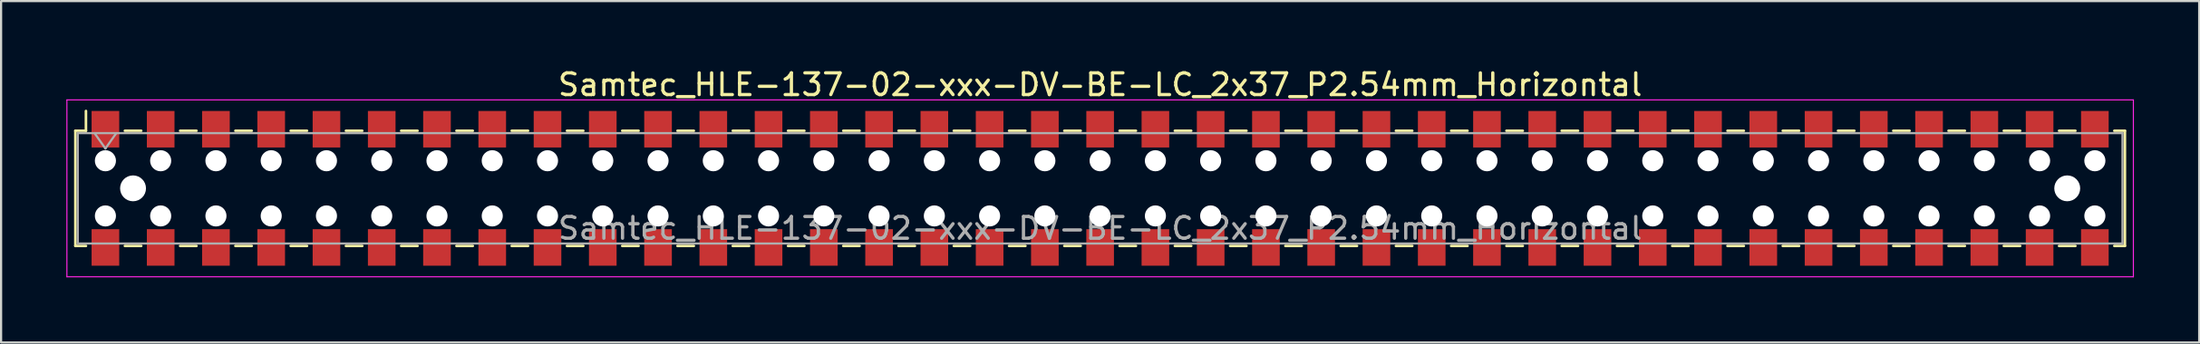
<source format=kicad_pcb>
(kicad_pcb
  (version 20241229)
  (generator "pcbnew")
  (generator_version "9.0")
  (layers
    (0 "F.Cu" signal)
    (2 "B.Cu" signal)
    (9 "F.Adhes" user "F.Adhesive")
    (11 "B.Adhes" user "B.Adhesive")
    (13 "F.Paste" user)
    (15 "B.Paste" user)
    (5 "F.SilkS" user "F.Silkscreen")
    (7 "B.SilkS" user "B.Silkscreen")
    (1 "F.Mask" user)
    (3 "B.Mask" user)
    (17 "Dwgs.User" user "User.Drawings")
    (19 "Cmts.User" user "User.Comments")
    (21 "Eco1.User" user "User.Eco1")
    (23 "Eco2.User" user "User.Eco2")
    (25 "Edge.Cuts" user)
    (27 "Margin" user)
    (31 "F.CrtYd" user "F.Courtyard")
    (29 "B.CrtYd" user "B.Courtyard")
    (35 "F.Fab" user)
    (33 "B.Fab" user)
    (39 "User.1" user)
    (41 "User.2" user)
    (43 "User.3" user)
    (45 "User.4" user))
  (footprint "Samtec_HLE-137-02-xxx-DV-BE-LC_2x37_P2.54mm_Horizontal"
    (layer "F.Cu")
    (at 47.515 5.618)
    (property "Reference" "Samtec_HLE-137-02-xxx-DV-BE-LC_2x37_P2.54mm_Horizontal" (at 0 -4.77 0) (layer "F.SilkS") (effects (font (size 1 1) (thickness 0.15))))
    (attr smd)
    (fp_line (start -47.1 -2.65) (end -47.1 2.65) (stroke (width 0.12) (type solid)) (layer "F.SilkS"))
    (fp_line (start -47.1 2.65) (end -46.615 2.65) (stroke (width 0.12) (type solid)) (layer "F.SilkS"))
    (fp_line (start -46.615 -3.56) (end -46.615 -2.65) (stroke (width 0.12) (type solid)) (layer "F.SilkS"))
    (fp_line (start -46.615 -2.65) (end -47.1 -2.65) (stroke (width 0.12) (type solid)) (layer "F.SilkS"))
    (fp_line (start -44.825 -2.65) (end -44.075 -2.65) (stroke (width 0.12) (type solid)) (layer "F.SilkS"))
    (fp_line (start -44.825 2.65) (end -44.075 2.65) (stroke (width 0.12) (type solid)) (layer "F.SilkS"))
    (fp_line (start -42.285 -2.65) (end -41.535 -2.65) (stroke (width 0.12) (type solid)) (layer "F.SilkS"))
    (fp_line (start -42.285 2.65) (end -41.535 2.65) (stroke (width 0.12) (type solid)) (layer "F.SilkS"))
    (fp_line (start -39.745 -2.65) (end -38.995 -2.65) (stroke (width 0.12) (type solid)) (layer "F.SilkS"))
    (fp_line (start -39.745 2.65) (end -38.995 2.65) (stroke (width 0.12) (type solid)) (layer "F.SilkS"))
    (fp_line (start -37.205 -2.65) (end -36.455 -2.65) (stroke (width 0.12) (type solid)) (layer "F.SilkS"))
    (fp_line (start -37.205 2.65) (end -36.455 2.65) (stroke (width 0.12) (type solid)) (layer "F.SilkS"))
    (fp_line (start -34.665 -2.65) (end -33.915 -2.65) (stroke (width 0.12) (type solid)) (layer "F.SilkS"))
    (fp_line (start -34.665 2.65) (end -33.915 2.65) (stroke (width 0.12) (type solid)) (layer "F.SilkS"))
    (fp_line (start -32.125 -2.65) (end -31.375 -2.65) (stroke (width 0.12) (type solid)) (layer "F.SilkS"))
    (fp_line (start -32.125 2.65) (end -31.375 2.65) (stroke (width 0.12) (type solid)) (layer "F.SilkS"))
    (fp_line (start -29.585 -2.65) (end -28.835 -2.65) (stroke (width 0.12) (type solid)) (layer "F.SilkS"))
    (fp_line (start -29.585 2.65) (end -28.835 2.65) (stroke (width 0.12) (type solid)) (layer "F.SilkS"))
    (fp_line (start -27.045 -2.65) (end -26.295 -2.65) (stroke (width 0.12) (type solid)) (layer "F.SilkS"))
    (fp_line (start -27.045 2.65) (end -26.295 2.65) (stroke (width 0.12) (type solid)) (layer "F.SilkS"))
    (fp_line (start -24.505 -2.65) (end -23.755 -2.65) (stroke (width 0.12) (type solid)) (layer "F.SilkS"))
    (fp_line (start -24.505 2.65) (end -23.755 2.65) (stroke (width 0.12) (type solid)) (layer "F.SilkS"))
    (fp_line (start -21.965 -2.65) (end -21.215 -2.65) (stroke (width 0.12) (type solid)) (layer "F.SilkS"))
    (fp_line (start -21.965 2.65) (end -21.215 2.65) (stroke (width 0.12) (type solid)) (layer "F.SilkS"))
    (fp_line (start -19.425 -2.65) (end -18.675 -2.65) (stroke (width 0.12) (type solid)) (layer "F.SilkS"))
    (fp_line (start -19.425 2.65) (end -18.675 2.65) (stroke (width 0.12) (type solid)) (layer "F.SilkS"))
    (fp_line (start -16.885 -2.65) (end -16.135 -2.65) (stroke (width 0.12) (type solid)) (layer "F.SilkS"))
    (fp_line (start -16.885 2.65) (end -16.135 2.65) (stroke (width 0.12) (type solid)) (layer "F.SilkS"))
    (fp_line (start -14.345 -2.65) (end -13.595 -2.65) (stroke (width 0.12) (type solid)) (layer "F.SilkS"))
    (fp_line (start -14.345 2.65) (end -13.595 2.65) (stroke (width 0.12) (type solid)) (layer "F.SilkS"))
    (fp_line (start -11.805 -2.65) (end -11.055 -2.65) (stroke (width 0.12) (type solid)) (layer "F.SilkS"))
    (fp_line (start -11.805 2.65) (end -11.055 2.65) (stroke (width 0.12) (type solid)) (layer "F.SilkS"))
    (fp_line (start -9.265 -2.65) (end -8.515 -2.65) (stroke (width 0.12) (type solid)) (layer "F.SilkS"))
    (fp_line (start -9.265 2.65) (end -8.515 2.65) (stroke (width 0.12) (type solid)) (layer "F.SilkS"))
    (fp_line (start -6.725 -2.65) (end -5.975 -2.65) (stroke (width 0.12) (type solid)) (layer "F.SilkS"))
    (fp_line (start -6.725 2.65) (end -5.975 2.65) (stroke (width 0.12) (type solid)) (layer "F.SilkS"))
    (fp_line (start -4.185 -2.65) (end -3.435 -2.65) (stroke (width 0.12) (type solid)) (layer "F.SilkS"))
    (fp_line (start -4.185 2.65) (end -3.435 2.65) (stroke (width 0.12) (type solid)) (layer "F.SilkS"))
    (fp_line (start -1.645 -2.65) (end -0.895 -2.65) (stroke (width 0.12) (type solid)) (layer "F.SilkS"))
    (fp_line (start -1.645 2.65) (end -0.895 2.65) (stroke (width 0.12) (type solid)) (layer "F.SilkS"))
    (fp_line (start 0.895 -2.65) (end 1.645 -2.65) (stroke (width 0.12) (type solid)) (layer "F.SilkS"))
    (fp_line (start 0.895 2.65) (end 1.645 2.65) (stroke (width 0.12) (type solid)) (layer "F.SilkS"))
    (fp_line (start 3.435 -2.65) (end 4.185 -2.65) (stroke (width 0.12) (type solid)) (layer "F.SilkS"))
    (fp_line (start 3.435 2.65) (end 4.185 2.65) (stroke (width 0.12) (type solid)) (layer "F.SilkS"))
    (fp_line (start 5.975 -2.65) (end 6.725 -2.65) (stroke (width 0.12) (type solid)) (layer "F.SilkS"))
    (fp_line (start 5.975 2.65) (end 6.725 2.65) (stroke (width 0.12) (type solid)) (layer "F.SilkS"))
    (fp_line (start 8.515 -2.65) (end 9.265 -2.65) (stroke (width 0.12) (type solid)) (layer "F.SilkS"))
    (fp_line (start 8.515 2.65) (end 9.265 2.65) (stroke (width 0.12) (type solid)) (layer "F.SilkS"))
    (fp_line (start 11.055 -2.65) (end 11.805 -2.65) (stroke (width 0.12) (type solid)) (layer "F.SilkS"))
    (fp_line (start 11.055 2.65) (end 11.805 2.65) (stroke (width 0.12) (type solid)) (layer "F.SilkS"))
    (fp_line (start 13.595 -2.65) (end 14.345 -2.65) (stroke (width 0.12) (type solid)) (layer "F.SilkS"))
    (fp_line (start 13.595 2.65) (end 14.345 2.65) (stroke (width 0.12) (type solid)) (layer "F.SilkS"))
    (fp_line (start 16.135 -2.65) (end 16.885 -2.65) (stroke (width 0.12) (type solid)) (layer "F.SilkS"))
    (fp_line (start 16.135 2.65) (end 16.885 2.65) (stroke (width 0.12) (type solid)) (layer "F.SilkS"))
    (fp_line (start 18.675 -2.65) (end 19.425 -2.65) (stroke (width 0.12) (type solid)) (layer "F.SilkS"))
    (fp_line (start 18.675 2.65) (end 19.425 2.65) (stroke (width 0.12) (type solid)) (layer "F.SilkS"))
    (fp_line (start 21.215 -2.65) (end 21.965 -2.65) (stroke (width 0.12) (type solid)) (layer "F.SilkS"))
    (fp_line (start 21.215 2.65) (end 21.965 2.65) (stroke (width 0.12) (type solid)) (layer "F.SilkS"))
    (fp_line (start 23.755 -2.65) (end 24.505 -2.65) (stroke (width 0.12) (type solid)) (layer "F.SilkS"))
    (fp_line (start 23.755 2.65) (end 24.505 2.65) (stroke (width 0.12) (type solid)) (layer "F.SilkS"))
    (fp_line (start 26.295 -2.65) (end 27.045 -2.65) (stroke (width 0.12) (type solid)) (layer "F.SilkS"))
    (fp_line (start 26.295 2.65) (end 27.045 2.65) (stroke (width 0.12) (type solid)) (layer "F.SilkS"))
    (fp_line (start 28.835 -2.65) (end 29.585 -2.65) (stroke (width 0.12) (type solid)) (layer "F.SilkS"))
    (fp_line (start 28.835 2.65) (end 29.585 2.65) (stroke (width 0.12) (type solid)) (layer "F.SilkS"))
    (fp_line (start 31.375 -2.65) (end 32.125 -2.65) (stroke (width 0.12) (type solid)) (layer "F.SilkS"))
    (fp_line (start 31.375 2.65) (end 32.125 2.65) (stroke (width 0.12) (type solid)) (layer "F.SilkS"))
    (fp_line (start 33.915 -2.65) (end 34.665 -2.65) (stroke (width 0.12) (type solid)) (layer "F.SilkS"))
    (fp_line (start 33.915 2.65) (end 34.665 2.65) (stroke (width 0.12) (type solid)) (layer "F.SilkS"))
    (fp_line (start 36.455 -2.65) (end 37.205 -2.65) (stroke (width 0.12) (type solid)) (layer "F.SilkS"))
    (fp_line (start 36.455 2.65) (end 37.205 2.65) (stroke (width 0.12) (type solid)) (layer "F.SilkS"))
    (fp_line (start 38.995 -2.65) (end 39.745 -2.65) (stroke (width 0.12) (type solid)) (layer "F.SilkS"))
    (fp_line (start 38.995 2.65) (end 39.745 2.65) (stroke (width 0.12) (type solid)) (layer "F.SilkS"))
    (fp_line (start 41.535 -2.65) (end 42.285 -2.65) (stroke (width 0.12) (type solid)) (layer "F.SilkS"))
    (fp_line (start 41.535 2.65) (end 42.285 2.65) (stroke (width 0.12) (type solid)) (layer "F.SilkS"))
    (fp_line (start 44.075 -2.65) (end 44.825 -2.65) (stroke (width 0.12) (type solid)) (layer "F.SilkS"))
    (fp_line (start 44.075 2.65) (end 44.825 2.65) (stroke (width 0.12) (type solid)) (layer "F.SilkS"))
    (fp_line (start 46.615 -2.65) (end 47.1 -2.65) (stroke (width 0.12) (type solid)) (layer "F.SilkS"))
    (fp_line (start 47.1 -2.65) (end 47.1 2.65) (stroke (width 0.12) (type solid)) (layer "F.SilkS"))
    (fp_line (start 47.1 2.65) (end 46.615 2.65) (stroke (width 0.12) (type solid)) (layer "F.SilkS"))
    (fp_line (start -47.49 -4.07) (end 47.49 -4.07) (stroke (width 0.05) (type solid)) (layer "F.CrtYd"))
    (fp_line (start -47.49 4.07) (end -47.49 -4.07) (stroke (width 0.05) (type solid)) (layer "F.CrtYd"))
    (fp_line (start 47.49 -4.07) (end 47.49 4.07) (stroke (width 0.05) (type solid)) (layer "F.CrtYd"))
    (fp_line (start 47.49 4.07) (end -47.49 4.07) (stroke (width 0.05) (type solid)) (layer "F.CrtYd"))
    (fp_line (start -46.99 -2.54) (end 46.99 -2.54) (stroke (width 0.1) (type solid)) (layer "F.Fab"))
    (fp_line (start -46.99 2.54) (end -46.99 -2.54) (stroke (width 0.1) (type solid)) (layer "F.Fab"))
    (fp_line (start -46.22 -2.54) (end -45.72 -1.833) (stroke (width 0.1) (type solid)) (layer "F.Fab"))
    (fp_line (start -45.72 -1.833) (end -45.22 -2.54) (stroke (width 0.1) (type solid)) (layer "F.Fab"))
    (fp_line (start 46.99 -2.54) (end 46.99 2.54) (stroke (width 0.1) (type solid)) (layer "F.Fab"))
    (fp_line (start 46.99 2.54) (end -46.99 2.54) (stroke (width 0.1) (type solid)) (layer "F.Fab"))
    (fp_text user "${REFERENCE}" (at 0 1.84 0) (layer "F.Fab") (effects (font (size 1 1) (thickness 0.15))))
    (pad "" np_thru_hole circle (at -45.72 -1.27) (size 0.97 0.97) (drill 0.97) (layers "*.Cu" "*.Mask"))
    (pad "" np_thru_hole circle (at -45.72 1.27) (size 0.97 0.97) (drill 0.97) (layers "*.Cu" "*.Mask"))
    (pad "" np_thru_hole circle (at -44.45 0) (size 1.19 1.19) (drill 1.19) (layers "*.Cu" "*.Mask"))
    (pad "" np_thru_hole circle (at -43.18 -1.27) (size 0.97 0.97) (drill 0.97) (layers "*.Cu" "*.Mask"))
    (pad "" np_thru_hole circle (at -43.18 1.27) (size 0.97 0.97) (drill 0.97) (layers "*.Cu" "*.Mask"))
    (pad "" np_thru_hole circle (at -40.64 -1.27) (size 0.97 0.97) (drill 0.97) (layers "*.Cu" "*.Mask"))
    (pad "" np_thru_hole circle (at -40.64 1.27) (size 0.97 0.97) (drill 0.97) (layers "*.Cu" "*.Mask"))
    (pad "" np_thru_hole circle (at -38.1 -1.27) (size 0.97 0.97) (drill 0.97) (layers "*.Cu" "*.Mask"))
    (pad "" np_thru_hole circle (at -38.1 1.27) (size 0.97 0.97) (drill 0.97) (layers "*.Cu" "*.Mask"))
    (pad "" np_thru_hole circle (at -35.56 -1.27) (size 0.97 0.97) (drill 0.97) (layers "*.Cu" "*.Mask"))
    (pad "" np_thru_hole circle (at -35.56 1.27) (size 0.97 0.97) (drill 0.97) (layers "*.Cu" "*.Mask"))
    (pad "" np_thru_hole circle (at -33.02 -1.27) (size 0.97 0.97) (drill 0.97) (layers "*.Cu" "*.Mask"))
    (pad "" np_thru_hole circle (at -33.02 1.27) (size 0.97 0.97) (drill 0.97) (layers "*.Cu" "*.Mask"))
    (pad "" np_thru_hole circle (at -30.48 -1.27) (size 0.97 0.97) (drill 0.97) (layers "*.Cu" "*.Mask"))
    (pad "" np_thru_hole circle (at -30.48 1.27) (size 0.97 0.97) (drill 0.97) (layers "*.Cu" "*.Mask"))
    (pad "" np_thru_hole circle (at -27.94 -1.27) (size 0.97 0.97) (drill 0.97) (layers "*.Cu" "*.Mask"))
    (pad "" np_thru_hole circle (at -27.94 1.27) (size 0.97 0.97) (drill 0.97) (layers "*.Cu" "*.Mask"))
    (pad "" np_thru_hole circle (at -25.4 -1.27) (size 0.97 0.97) (drill 0.97) (layers "*.Cu" "*.Mask"))
    (pad "" np_thru_hole circle (at -25.4 1.27) (size 0.97 0.97) (drill 0.97) (layers "*.Cu" "*.Mask"))
    (pad "" np_thru_hole circle (at -22.86 -1.27) (size 0.97 0.97) (drill 0.97) (layers "*.Cu" "*.Mask"))
    (pad "" np_thru_hole circle (at -22.86 1.27) (size 0.97 0.97) (drill 0.97) (layers "*.Cu" "*.Mask"))
    (pad "" np_thru_hole circle (at -20.32 -1.27) (size 0.97 0.97) (drill 0.97) (layers "*.Cu" "*.Mask"))
    (pad "" np_thru_hole circle (at -20.32 1.27) (size 0.97 0.97) (drill 0.97) (layers "*.Cu" "*.Mask"))
    (pad "" np_thru_hole circle (at -17.78 -1.27) (size 0.97 0.97) (drill 0.97) (layers "*.Cu" "*.Mask"))
    (pad "" np_thru_hole circle (at -17.78 1.27) (size 0.97 0.97) (drill 0.97) (layers "*.Cu" "*.Mask"))
    (pad "" np_thru_hole circle (at -15.24 -1.27) (size 0.97 0.97) (drill 0.97) (layers "*.Cu" "*.Mask"))
    (pad "" np_thru_hole circle (at -15.24 1.27) (size 0.97 0.97) (drill 0.97) (layers "*.Cu" "*.Mask"))
    (pad "" np_thru_hole circle (at -12.7 -1.27) (size 0.97 0.97) (drill 0.97) (layers "*.Cu" "*.Mask"))
    (pad "" np_thru_hole circle (at -12.7 1.27) (size 0.97 0.97) (drill 0.97) (layers "*.Cu" "*.Mask"))
    (pad "" np_thru_hole circle (at -10.16 -1.27) (size 0.97 0.97) (drill 0.97) (layers "*.Cu" "*.Mask"))
    (pad "" np_thru_hole circle (at -10.16 1.27) (size 0.97 0.97) (drill 0.97) (layers "*.Cu" "*.Mask"))
    (pad "" np_thru_hole circle (at -7.62 -1.27) (size 0.97 0.97) (drill 0.97) (layers "*.Cu" "*.Mask"))
    (pad "" np_thru_hole circle (at -7.62 1.27) (size 0.97 0.97) (drill 0.97) (layers "*.Cu" "*.Mask"))
    (pad "" np_thru_hole circle (at -5.08 -1.27) (size 0.97 0.97) (drill 0.97) (layers "*.Cu" "*.Mask"))
    (pad "" np_thru_hole circle (at -5.08 1.27) (size 0.97 0.97) (drill 0.97) (layers "*.Cu" "*.Mask"))
    (pad "" np_thru_hole circle (at -2.54 -1.27) (size 0.97 0.97) (drill 0.97) (layers "*.Cu" "*.Mask"))
    (pad "" np_thru_hole circle (at -2.54 1.27) (size 0.97 0.97) (drill 0.97) (layers "*.Cu" "*.Mask"))
    (pad "" np_thru_hole circle (at 0 -1.27) (size 0.97 0.97) (drill 0.97) (layers "*.Cu" "*.Mask"))
    (pad "" np_thru_hole circle (at 0 1.27) (size 0.97 0.97) (drill 0.97) (layers "*.Cu" "*.Mask"))
    (pad "" np_thru_hole circle (at 2.54 -1.27) (size 0.97 0.97) (drill 0.97) (layers "*.Cu" "*.Mask"))
    (pad "" np_thru_hole circle (at 2.54 1.27) (size 0.97 0.97) (drill 0.97) (layers "*.Cu" "*.Mask"))
    (pad "" np_thru_hole circle (at 5.08 -1.27) (size 0.97 0.97) (drill 0.97) (layers "*.Cu" "*.Mask"))
    (pad "" np_thru_hole circle (at 5.08 1.27) (size 0.97 0.97) (drill 0.97) (layers "*.Cu" "*.Mask"))
    (pad "" np_thru_hole circle (at 7.62 -1.27) (size 0.97 0.97) (drill 0.97) (layers "*.Cu" "*.Mask"))
    (pad "" np_thru_hole circle (at 7.62 1.27) (size 0.97 0.97) (drill 0.97) (layers "*.Cu" "*.Mask"))
    (pad "" np_thru_hole circle (at 10.16 -1.27) (size 0.97 0.97) (drill 0.97) (layers "*.Cu" "*.Mask"))
    (pad "" np_thru_hole circle (at 10.16 1.27) (size 0.97 0.97) (drill 0.97) (layers "*.Cu" "*.Mask"))
    (pad "" np_thru_hole circle (at 12.7 -1.27) (size 0.97 0.97) (drill 0.97) (layers "*.Cu" "*.Mask"))
    (pad "" np_thru_hole circle (at 12.7 1.27) (size 0.97 0.97) (drill 0.97) (layers "*.Cu" "*.Mask"))
    (pad "" np_thru_hole circle (at 15.24 -1.27) (size 0.97 0.97) (drill 0.97) (layers "*.Cu" "*.Mask"))
    (pad "" np_thru_hole circle (at 15.24 1.27) (size 0.97 0.97) (drill 0.97) (layers "*.Cu" "*.Mask"))
    (pad "" np_thru_hole circle (at 17.78 -1.27) (size 0.97 0.97) (drill 0.97) (layers "*.Cu" "*.Mask"))
    (pad "" np_thru_hole circle (at 17.78 1.27) (size 0.97 0.97) (drill 0.97) (layers "*.Cu" "*.Mask"))
    (pad "" np_thru_hole circle (at 20.32 -1.27) (size 0.97 0.97) (drill 0.97) (layers "*.Cu" "*.Mask"))
    (pad "" np_thru_hole circle (at 20.32 1.27) (size 0.97 0.97) (drill 0.97) (layers "*.Cu" "*.Mask"))
    (pad "" np_thru_hole circle (at 22.86 -1.27) (size 0.97 0.97) (drill 0.97) (layers "*.Cu" "*.Mask"))
    (pad "" np_thru_hole circle (at 22.86 1.27) (size 0.97 0.97) (drill 0.97) (layers "*.Cu" "*.Mask"))
    (pad "" np_thru_hole circle (at 25.4 -1.27) (size 0.97 0.97) (drill 0.97) (layers "*.Cu" "*.Mask"))
    (pad "" np_thru_hole circle (at 25.4 1.27) (size 0.97 0.97) (drill 0.97) (layers "*.Cu" "*.Mask"))
    (pad "" np_thru_hole circle (at 27.94 -1.27) (size 0.97 0.97) (drill 0.97) (layers "*.Cu" "*.Mask"))
    (pad "" np_thru_hole circle (at 27.94 1.27) (size 0.97 0.97) (drill 0.97) (layers "*.Cu" "*.Mask"))
    (pad "" np_thru_hole circle (at 30.48 -1.27) (size 0.97 0.97) (drill 0.97) (layers "*.Cu" "*.Mask"))
    (pad "" np_thru_hole circle (at 30.48 1.27) (size 0.97 0.97) (drill 0.97) (layers "*.Cu" "*.Mask"))
    (pad "" np_thru_hole circle (at 33.02 -1.27) (size 0.97 0.97) (drill 0.97) (layers "*.Cu" "*.Mask"))
    (pad "" np_thru_hole circle (at 33.02 1.27) (size 0.97 0.97) (drill 0.97) (layers "*.Cu" "*.Mask"))
    (pad "" np_thru_hole circle (at 35.56 -1.27) (size 0.97 0.97) (drill 0.97) (layers "*.Cu" "*.Mask"))
    (pad "" np_thru_hole circle (at 35.56 1.27) (size 0.97 0.97) (drill 0.97) (layers "*.Cu" "*.Mask"))
    (pad "" np_thru_hole circle (at 38.1 -1.27) (size 0.97 0.97) (drill 0.97) (layers "*.Cu" "*.Mask"))
    (pad "" np_thru_hole circle (at 38.1 1.27) (size 0.97 0.97) (drill 0.97) (layers "*.Cu" "*.Mask"))
    (pad "" np_thru_hole circle (at 40.64 -1.27) (size 0.97 0.97) (drill 0.97) (layers "*.Cu" "*.Mask"))
    (pad "" np_thru_hole circle (at 40.64 1.27) (size 0.97 0.97) (drill 0.97) (layers "*.Cu" "*.Mask"))
    (pad "" np_thru_hole circle (at 43.18 -1.27) (size 0.97 0.97) (drill 0.97) (layers "*.Cu" "*.Mask"))
    (pad "" np_thru_hole circle (at 43.18 1.27) (size 0.97 0.97) (drill 0.97) (layers "*.Cu" "*.Mask"))
    (pad "" np_thru_hole circle (at 44.45 0) (size 1.19 1.19) (drill 1.19) (layers "*.Cu" "*.Mask"))
    (pad "" np_thru_hole circle (at 45.72 -1.27) (size 0.97 0.97) (drill 0.97) (layers "*.Cu" "*.Mask"))
    (pad "" np_thru_hole circle (at 45.72 1.27) (size 0.97 0.97) (drill 0.97) (layers "*.Cu" "*.Mask"))
    (pad "1" smd rect (at -45.72 -2.72) (size 1.27 1.68) (layers "F.Cu" "F.Mask" "F.Paste"))
    (pad "2" smd rect (at -45.72 2.72) (size 1.27 1.68) (layers "F.Cu" "F.Mask" "F.Paste"))
    (pad "3" smd rect (at -43.18 -2.72) (size 1.27 1.68) (layers "F.Cu" "F.Mask" "F.Paste"))
    (pad "4" smd rect (at -43.18 2.72) (size 1.27 1.68) (layers "F.Cu" "F.Mask" "F.Paste"))
    (pad "5" smd rect (at -40.64 -2.72) (size 1.27 1.68) (layers "F.Cu" "F.Mask" "F.Paste"))
    (pad "6" smd rect (at -40.64 2.72) (size 1.27 1.68) (layers "F.Cu" "F.Mask" "F.Paste"))
    (pad "7" smd rect (at -38.1 -2.72) (size 1.27 1.68) (layers "F.Cu" "F.Mask" "F.Paste"))
    (pad "8" smd rect (at -38.1 2.72) (size 1.27 1.68) (layers "F.Cu" "F.Mask" "F.Paste"))
    (pad "9" smd rect (at -35.56 -2.72) (size 1.27 1.68) (layers "F.Cu" "F.Mask" "F.Paste"))
    (pad "10" smd rect (at -35.56 2.72) (size 1.27 1.68) (layers "F.Cu" "F.Mask" "F.Paste"))
    (pad "11" smd rect (at -33.02 -2.72) (size 1.27 1.68) (layers "F.Cu" "F.Mask" "F.Paste"))
    (pad "12" smd rect (at -33.02 2.72) (size 1.27 1.68) (layers "F.Cu" "F.Mask" "F.Paste"))
    (pad "13" smd rect (at -30.48 -2.72) (size 1.27 1.68) (layers "F.Cu" "F.Mask" "F.Paste"))
    (pad "14" smd rect (at -30.48 2.72) (size 1.27 1.68) (layers "F.Cu" "F.Mask" "F.Paste"))
    (pad "15" smd rect (at -27.94 -2.72) (size 1.27 1.68) (layers "F.Cu" "F.Mask" "F.Paste"))
    (pad "16" smd rect (at -27.94 2.72) (size 1.27 1.68) (layers "F.Cu" "F.Mask" "F.Paste"))
    (pad "17" smd rect (at -25.4 -2.72) (size 1.27 1.68) (layers "F.Cu" "F.Mask" "F.Paste"))
    (pad "18" smd rect (at -25.4 2.72) (size 1.27 1.68) (layers "F.Cu" "F.Mask" "F.Paste"))
    (pad "19" smd rect (at -22.86 -2.72) (size 1.27 1.68) (layers "F.Cu" "F.Mask" "F.Paste"))
    (pad "20" smd rect (at -22.86 2.72) (size 1.27 1.68) (layers "F.Cu" "F.Mask" "F.Paste"))
    (pad "21" smd rect (at -20.32 -2.72) (size 1.27 1.68) (layers "F.Cu" "F.Mask" "F.Paste"))
    (pad "22" smd rect (at -20.32 2.72) (size 1.27 1.68) (layers "F.Cu" "F.Mask" "F.Paste"))
    (pad "23" smd rect (at -17.78 -2.72) (size 1.27 1.68) (layers "F.Cu" "F.Mask" "F.Paste"))
    (pad "24" smd rect (at -17.78 2.72) (size 1.27 1.68) (layers "F.Cu" "F.Mask" "F.Paste"))
    (pad "25" smd rect (at -15.24 -2.72) (size 1.27 1.68) (layers "F.Cu" "F.Mask" "F.Paste"))
    (pad "26" smd rect (at -15.24 2.72) (size 1.27 1.68) (layers "F.Cu" "F.Mask" "F.Paste"))
    (pad "27" smd rect (at -12.7 -2.72) (size 1.27 1.68) (layers "F.Cu" "F.Mask" "F.Paste"))
    (pad "28" smd rect (at -12.7 2.72) (size 1.27 1.68) (layers "F.Cu" "F.Mask" "F.Paste"))
    (pad "29" smd rect (at -10.16 -2.72) (size 1.27 1.68) (layers "F.Cu" "F.Mask" "F.Paste"))
    (pad "30" smd rect (at -10.16 2.72) (size 1.27 1.68) (layers "F.Cu" "F.Mask" "F.Paste"))
    (pad "31" smd rect (at -7.62 -2.72) (size 1.27 1.68) (layers "F.Cu" "F.Mask" "F.Paste"))
    (pad "32" smd rect (at -7.62 2.72) (size 1.27 1.68) (layers "F.Cu" "F.Mask" "F.Paste"))
    (pad "33" smd rect (at -5.08 -2.72) (size 1.27 1.68) (layers "F.Cu" "F.Mask" "F.Paste"))
    (pad "34" smd rect (at -5.08 2.72) (size 1.27 1.68) (layers "F.Cu" "F.Mask" "F.Paste"))
    (pad "35" smd rect (at -2.54 -2.72) (size 1.27 1.68) (layers "F.Cu" "F.Mask" "F.Paste"))
    (pad "36" smd rect (at -2.54 2.72) (size 1.27 1.68) (layers "F.Cu" "F.Mask" "F.Paste"))
    (pad "37" smd rect (at 0 -2.72) (size 1.27 1.68) (layers "F.Cu" "F.Mask" "F.Paste"))
    (pad "38" smd rect (at 0 2.72) (size 1.27 1.68) (layers "F.Cu" "F.Mask" "F.Paste"))
    (pad "39" smd rect (at 2.54 -2.72) (size 1.27 1.68) (layers "F.Cu" "F.Mask" "F.Paste"))
    (pad "40" smd rect (at 2.54 2.72) (size 1.27 1.68) (layers "F.Cu" "F.Mask" "F.Paste"))
    (pad "41" smd rect (at 5.08 -2.72) (size 1.27 1.68) (layers "F.Cu" "F.Mask" "F.Paste"))
    (pad "42" smd rect (at 5.08 2.72) (size 1.27 1.68) (layers "F.Cu" "F.Mask" "F.Paste"))
    (pad "43" smd rect (at 7.62 -2.72) (size 1.27 1.68) (layers "F.Cu" "F.Mask" "F.Paste"))
    (pad "44" smd rect (at 7.62 2.72) (size 1.27 1.68) (layers "F.Cu" "F.Mask" "F.Paste"))
    (pad "45" smd rect (at 10.16 -2.72) (size 1.27 1.68) (layers "F.Cu" "F.Mask" "F.Paste"))
    (pad "46" smd rect (at 10.16 2.72) (size 1.27 1.68) (layers "F.Cu" "F.Mask" "F.Paste"))
    (pad "47" smd rect (at 12.7 -2.72) (size 1.27 1.68) (layers "F.Cu" "F.Mask" "F.Paste"))
    (pad "48" smd rect (at 12.7 2.72) (size 1.27 1.68) (layers "F.Cu" "F.Mask" "F.Paste"))
    (pad "49" smd rect (at 15.24 -2.72) (size 1.27 1.68) (layers "F.Cu" "F.Mask" "F.Paste"))
    (pad "50" smd rect (at 15.24 2.72) (size 1.27 1.68) (layers "F.Cu" "F.Mask" "F.Paste"))
    (pad "51" smd rect (at 17.78 -2.72) (size 1.27 1.68) (layers "F.Cu" "F.Mask" "F.Paste"))
    (pad "52" smd rect (at 17.78 2.72) (size 1.27 1.68) (layers "F.Cu" "F.Mask" "F.Paste"))
    (pad "53" smd rect (at 20.32 -2.72) (size 1.27 1.68) (layers "F.Cu" "F.Mask" "F.Paste"))
    (pad "54" smd rect (at 20.32 2.72) (size 1.27 1.68) (layers "F.Cu" "F.Mask" "F.Paste"))
    (pad "55" smd rect (at 22.86 -2.72) (size 1.27 1.68) (layers "F.Cu" "F.Mask" "F.Paste"))
    (pad "56" smd rect (at 22.86 2.72) (size 1.27 1.68) (layers "F.Cu" "F.Mask" "F.Paste"))
    (pad "57" smd rect (at 25.4 -2.72) (size 1.27 1.68) (layers "F.Cu" "F.Mask" "F.Paste"))
    (pad "58" smd rect (at 25.4 2.72) (size 1.27 1.68) (layers "F.Cu" "F.Mask" "F.Paste"))
    (pad "59" smd rect (at 27.94 -2.72) (size 1.27 1.68) (layers "F.Cu" "F.Mask" "F.Paste"))
    (pad "60" smd rect (at 27.94 2.72) (size 1.27 1.68) (layers "F.Cu" "F.Mask" "F.Paste"))
    (pad "61" smd rect (at 30.48 -2.72) (size 1.27 1.68) (layers "F.Cu" "F.Mask" "F.Paste"))
    (pad "62" smd rect (at 30.48 2.72) (size 1.27 1.68) (layers "F.Cu" "F.Mask" "F.Paste"))
    (pad "63" smd rect (at 33.02 -2.72) (size 1.27 1.68) (layers "F.Cu" "F.Mask" "F.Paste"))
    (pad "64" smd rect (at 33.02 2.72) (size 1.27 1.68) (layers "F.Cu" "F.Mask" "F.Paste"))
    (pad "65" smd rect (at 35.56 -2.72) (size 1.27 1.68) (layers "F.Cu" "F.Mask" "F.Paste"))
    (pad "66" smd rect (at 35.56 2.72) (size 1.27 1.68) (layers "F.Cu" "F.Mask" "F.Paste"))
    (pad "67" smd rect (at 38.1 -2.72) (size 1.27 1.68) (layers "F.Cu" "F.Mask" "F.Paste"))
    (pad "68" smd rect (at 38.1 2.72) (size 1.27 1.68) (layers "F.Cu" "F.Mask" "F.Paste"))
    (pad "69" smd rect (at 40.64 -2.72) (size 1.27 1.68) (layers "F.Cu" "F.Mask" "F.Paste"))
    (pad "70" smd rect (at 40.64 2.72) (size 1.27 1.68) (layers "F.Cu" "F.Mask" "F.Paste"))
    (pad "71" smd rect (at 43.18 -2.72) (size 1.27 1.68) (layers "F.Cu" "F.Mask" "F.Paste"))
    (pad "72" smd rect (at 43.18 2.72) (size 1.27 1.68) (layers "F.Cu" "F.Mask" "F.Paste"))
    (pad "73" smd rect (at 45.72 -2.72) (size 1.27 1.68) (layers "F.Cu" "F.Mask" "F.Paste"))
    (pad "74" smd rect (at 45.72 2.72) (size 1.27 1.68) (layers "F.Cu" "F.Mask" "F.Paste")))
  (gr_rect
    (start -3 -3)
    (end 98.03 12.713)
    (stroke (width 0.1) (type default))
    (fill no)
    (layer "Edge.Cuts")))
</source>
